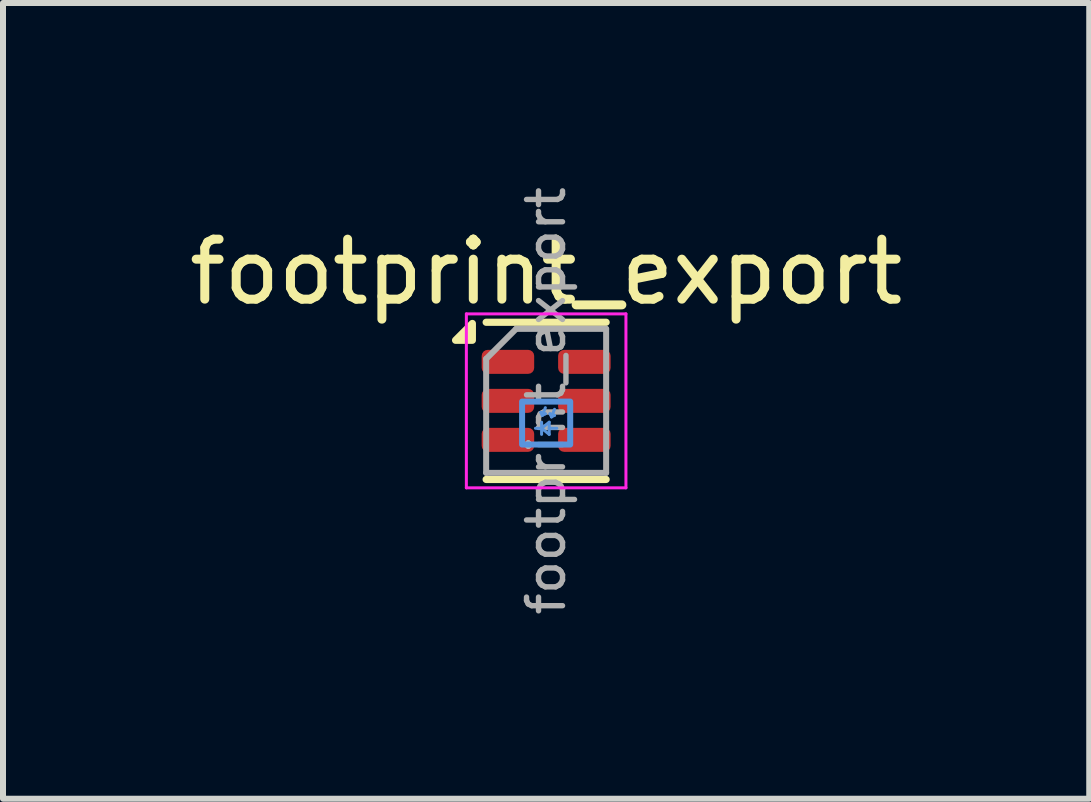
<source format=kicad_pcb>
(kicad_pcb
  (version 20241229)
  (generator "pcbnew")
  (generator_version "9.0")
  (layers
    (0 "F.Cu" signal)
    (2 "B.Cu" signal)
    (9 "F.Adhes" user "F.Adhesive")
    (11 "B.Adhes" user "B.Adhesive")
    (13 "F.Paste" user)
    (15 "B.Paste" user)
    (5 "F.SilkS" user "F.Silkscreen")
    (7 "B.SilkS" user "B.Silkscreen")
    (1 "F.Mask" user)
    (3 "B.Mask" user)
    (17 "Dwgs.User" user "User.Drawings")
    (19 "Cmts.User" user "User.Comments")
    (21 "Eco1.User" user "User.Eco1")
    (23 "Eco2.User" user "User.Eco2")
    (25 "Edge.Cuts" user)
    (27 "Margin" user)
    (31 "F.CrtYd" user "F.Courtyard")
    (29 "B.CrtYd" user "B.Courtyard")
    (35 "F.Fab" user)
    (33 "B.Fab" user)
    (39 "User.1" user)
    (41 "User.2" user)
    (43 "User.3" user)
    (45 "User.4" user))
  (footprint "footprint_export"
    (layer "F.Cu")
    (at 6.054 3.632)
    (property "Reference" "footprint_export" (at 0 -2.15 0) (layer "F.SilkS") (effects (font (size 1 1) (thickness 0.15))))
    (attr smd)
    (fp_line (start -1 -1.31) (end 1 -1.31) (stroke (width 0.12) (type solid)) (layer "F.SilkS"))
    (fp_line (start -1 1.31) (end 1 1.31) (stroke (width 0.12) (type solid)) (layer "F.SilkS"))
    (fp_poly (pts (xy -1.23 -1.01) (xy -1.51 -1.01) (xy -1.23 -1.29) (xy -1.23 -1.01)) (stroke (width 0.12) (type solid)) (fill yes) (layer "F.SilkS"))
    (fp_line (start -0.089 0.191) (end -0.064 0.241) (stroke (width 0.05) (type default)) (layer "Cmts.User"))
    (fp_line (start -0.076 0.356) (end -0.076 0.559) (stroke (width 0.05) (type default)) (layer "Cmts.User"))
    (fp_line (start -0.076 0.457) (end -0.178 0.457) (stroke (width 0.05) (type default)) (layer "Cmts.User"))
    (fp_line (start -0.076 0.457) (end 0.051 0.356) (stroke (width 0.05) (type default)) (layer "Cmts.User"))
    (fp_line (start -0.064 0.241) (end -0.013 0.216) (stroke (width 0.05) (type default)) (layer "Cmts.User"))
    (fp_line (start -0.013 0.114) (end -0.064 0.241) (stroke (width 0.05) (type default)) (layer "Cmts.User"))
    (fp_line (start -0.013 0.216) (end -0.089 0.191) (stroke (width 0.05) (type default)) (layer "Cmts.User"))
    (fp_line (start 0.051 0.356) (end 0.051 0.559) (stroke (width 0.05) (type default)) (layer "Cmts.User"))
    (fp_line (start 0.051 0.457) (end 0.178 0.457) (stroke (width 0.05) (type default)) (layer "Cmts.User"))
    (fp_line (start 0.051 0.559) (end -0.076 0.457) (stroke (width 0.05) (type default)) (layer "Cmts.User"))
    (fp_line (start 0.064 0.216) (end 0.089 0.267) (stroke (width 0.05) (type default)) (layer "Cmts.User"))
    (fp_line (start 0.089 0.267) (end 0.14 0.241) (stroke (width 0.05) (type default)) (layer "Cmts.User"))
    (fp_line (start 0.14 0.14) (end 0.089 0.267) (stroke (width 0.05) (type default)) (layer "Cmts.User"))
    (fp_line (start 0.14 0.241) (end 0.064 0.216) (stroke (width 0.05) (type default)) (layer "Cmts.User"))
    (fp_rect (start -0.401 0.012) (end 0.401 0.728) (stroke (width 0.1) (type default)) (fill no) (layer "Cmts.User"))
    (fp_line (start -1.33 -1.45) (end -1.33 1.45) (stroke (width 0.05) (type solid)) (layer "F.CrtYd"))
    (fp_line (start -1.33 1.45) (end 1.33 1.45) (stroke (width 0.05) (type solid)) (layer "F.CrtYd"))
    (fp_line (start 1.33 -1.45) (end -1.33 -1.45) (stroke (width 0.05) (type solid)) (layer "F.CrtYd"))
    (fp_line (start 1.33 1.45) (end 1.33 -1.45) (stroke (width 0.05) (type solid)) (layer "F.CrtYd"))
    (fp_line (start -1 -0.7) (end -0.5 -1.2) (stroke (width 0.1) (type solid)) (layer "F.Fab"))
    (fp_line (start -1 1.2) (end -1 -0.7) (stroke (width 0.1) (type solid)) (layer "F.Fab"))
    (fp_line (start -0.5 -1.2) (end 1 -1.2) (stroke (width 0.1) (type solid)) (layer "F.Fab"))
    (fp_line (start 1 -1.2) (end 1 1.2) (stroke (width 0.1) (type solid)) (layer "F.Fab"))
    (fp_line (start 1 1.2) (end -1 1.2) (stroke (width 0.1) (type solid)) (layer "F.Fab"))
    (fp_text user "${REFERENCE}" (at 0 0 90) (layer "F.Fab") (effects (font (size 0.6 0.6) (thickness 0.09))))
    (pad "1" smd roundrect (at -0.637 -0.65) (size 0.875 0.4) (layers "F.Cu" "F.Mask" "F.Paste") (roundrect_rratio 0.25))
    (pad "2" smd roundrect (at -0.637 0) (size 0.875 0.4) (layers "F.Cu" "F.Mask" "F.Paste") (roundrect_rratio 0.25))
    (pad "3" smd roundrect (at -0.637 0.65) (size 0.875 0.4) (layers "F.Cu" "F.Mask" "F.Paste") (roundrect_rratio 0.25))
    (pad "4" smd roundrect (at 0.637 0.65) (size 0.875 0.4) (layers "F.Cu" "F.Mask" "F.Paste") (roundrect_rratio 0.25))
    (pad "5" smd roundrect (at 0.637 0) (size 0.875 0.4) (layers "F.Cu" "F.Mask" "F.Paste") (roundrect_rratio 0.25))
    (pad "6" smd roundrect (at 0.637 -0.65) (size 0.875 0.4) (layers "F.Cu" "F.Mask" "F.Paste") (roundrect_rratio 0.25)))
  (gr_rect
    (start -3 -3)
    (end 15.107 10.264)
    (stroke (width 0.1) (type default))
    (fill no)
    (layer "Edge.Cuts")))
</source>
